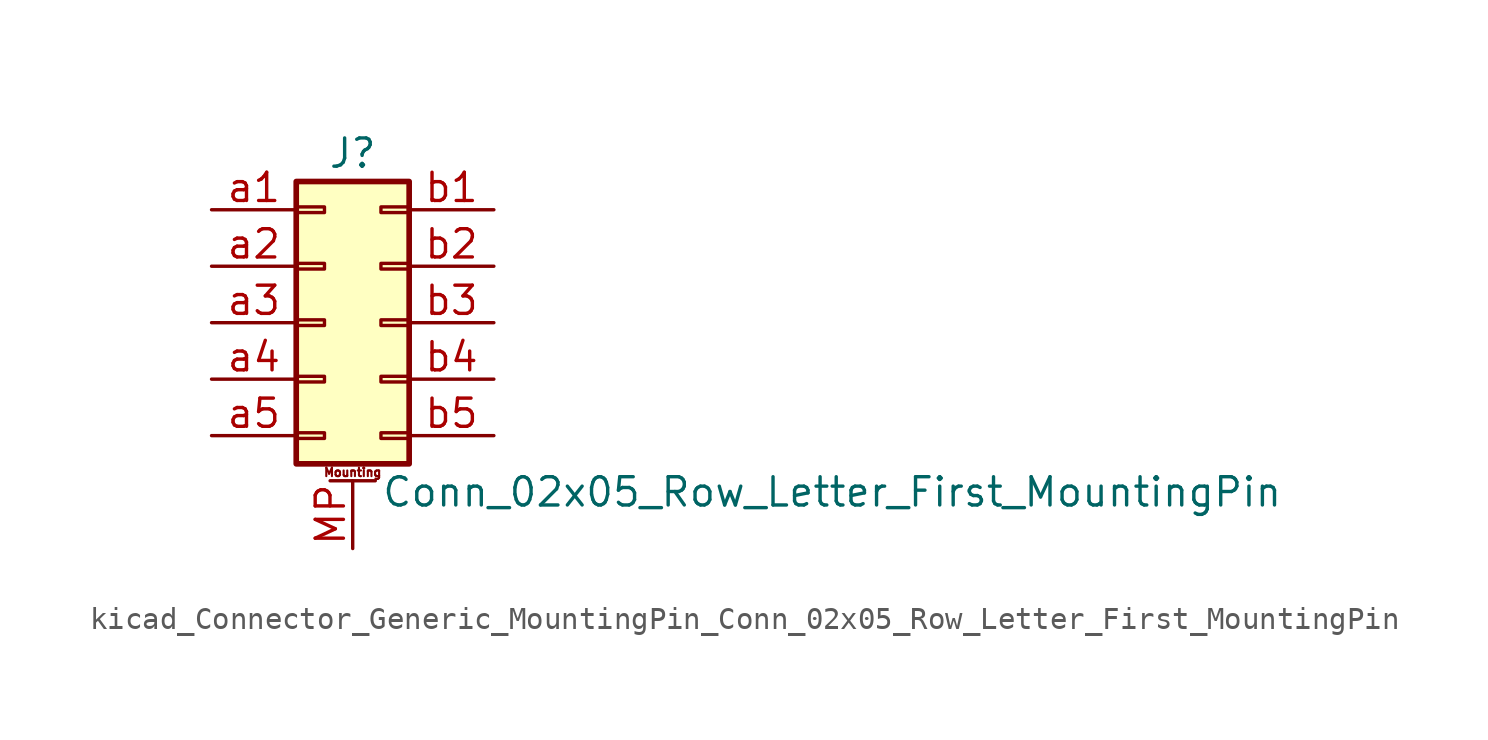
<source format=kicad_sym>
(kicad_symbol_lib
  (version 20220914)
  (generator kicad_symbol_editor)
  (symbol "kicad_Connector_Generic_MountingPin_Conn_02x05_Row_Letter_First_MountingPin"
    (pin_names
      (offset 1.016) hide)
    (property "Reference" "J"
      (at 1.27 7.62 0)
      (effects (font (size 1.27 1.27))))
    (property "Value" "Conn_02x05_Row_Letter_First_MountingPin"
      (at 2.54 -7.62 0)
      (effects (font (size 1.27 1.27)) (justify left)))
    (symbol "kicad_Connector_Generic_MountingPin_Conn_02x05_Row_Letter_First_MountingPin_1_1"
      (rectangle (start -1.27 -4.953) (end 0 -5.207) (stroke (width 0.152) (type default)) (fill (type none)))
      (rectangle (start -1.27 -2.413) (end 0 -2.667) (stroke (width 0.152) (type default)) (fill (type none)))
      (rectangle (start -1.27 0.127) (end 0 -0.127) (stroke (width 0.152) (type default)) (fill (type none)))
      (rectangle (start -1.27 2.667) (end 0 2.413) (stroke (width 0.152) (type default)) (fill (type none)))
      (rectangle (start -1.27 5.207) (end 0 4.953) (stroke (width 0.152) (type default)) (fill (type none)))
      (rectangle (start -1.27 6.35) (end 3.81 -6.35) (stroke (width 0.254) (type default)) (fill (type background)))
      (polyline (pts (xy 0.254 -7.112) (xy 2.286 -7.112)) (stroke (width 0.152) (type default)) (fill (type none)))
      (rectangle (start 3.81 -4.953) (end 2.54 -5.207) (stroke (width 0.152) (type default)) (fill (type none)))
      (rectangle (start 3.81 -2.413) (end 2.54 -2.667) (stroke (width 0.152) (type default)) (fill (type none)))
      (rectangle (start 3.81 0.127) (end 2.54 -0.127) (stroke (width 0.152) (type default)) (fill (type none)))
      (rectangle (start 3.81 2.667) (end 2.54 2.413) (stroke (width 0.152) (type default)) (fill (type none)))
      (rectangle (start 3.81 5.207) (end 2.54 4.953) (stroke (width 0.152) (type default)) (fill (type none)))
      (text "Mounting" (at 1.27 -6.731 0) (effects (font (size 0.381 0.381))))
      (pin passive line (at 1.27 -10.16 90) (length 3.048) (name "MountPin" (effects (font (size 1.27 1.27)))) (number "MP" (effects (font (size 1.27 1.27)))))
      (pin passive line (at -5.08 5.08 0) (length 3.81) (name "Pin_a1" (effects (font (size 1.27 1.27)))) (number "a1" (effects (font (size 1.27 1.27)))))
      (pin passive line (at -5.08 2.54 0) (length 3.81) (name "Pin_a2" (effects (font (size 1.27 1.27)))) (number "a2" (effects (font (size 1.27 1.27)))))
      (pin passive line (at -5.08 0 0) (length 3.81) (name "Pin_a3" (effects (font (size 1.27 1.27)))) (number "a3" (effects (font (size 1.27 1.27)))))
      (pin passive line (at -5.08 -2.54 0) (length 3.81) (name "Pin_a4" (effects (font (size 1.27 1.27)))) (number "a4" (effects (font (size 1.27 1.27)))))
      (pin passive line (at -5.08 -5.08 0) (length 3.81) (name "Pin_a5" (effects (font (size 1.27 1.27)))) (number "a5" (effects (font (size 1.27 1.27)))))
      (pin passive line (at 7.62 5.08 180) (length 3.81) (name "Pin_b1" (effects (font (size 1.27 1.27)))) (number "b1" (effects (font (size 1.27 1.27)))))
      (pin passive line (at 7.62 2.54 180) (length 3.81) (name "Pin_b2" (effects (font (size 1.27 1.27)))) (number "b2" (effects (font (size 1.27 1.27)))))
      (pin passive line (at 7.62 0 180) (length 3.81) (name "Pin_b3" (effects (font (size 1.27 1.27)))) (number "b3" (effects (font (size 1.27 1.27)))))
      (pin passive line (at 7.62 -2.54 180) (length 3.81) (name "Pin_b4" (effects (font (size 1.27 1.27)))) (number "b4" (effects (font (size 1.27 1.27)))))
      (pin passive line (at 7.62 -5.08 180) (length 3.81) (name "Pin_b5" (effects (font (size 1.27 1.27)))) (number "b5" (effects (font (size 1.27 1.27))))))))
</source>
